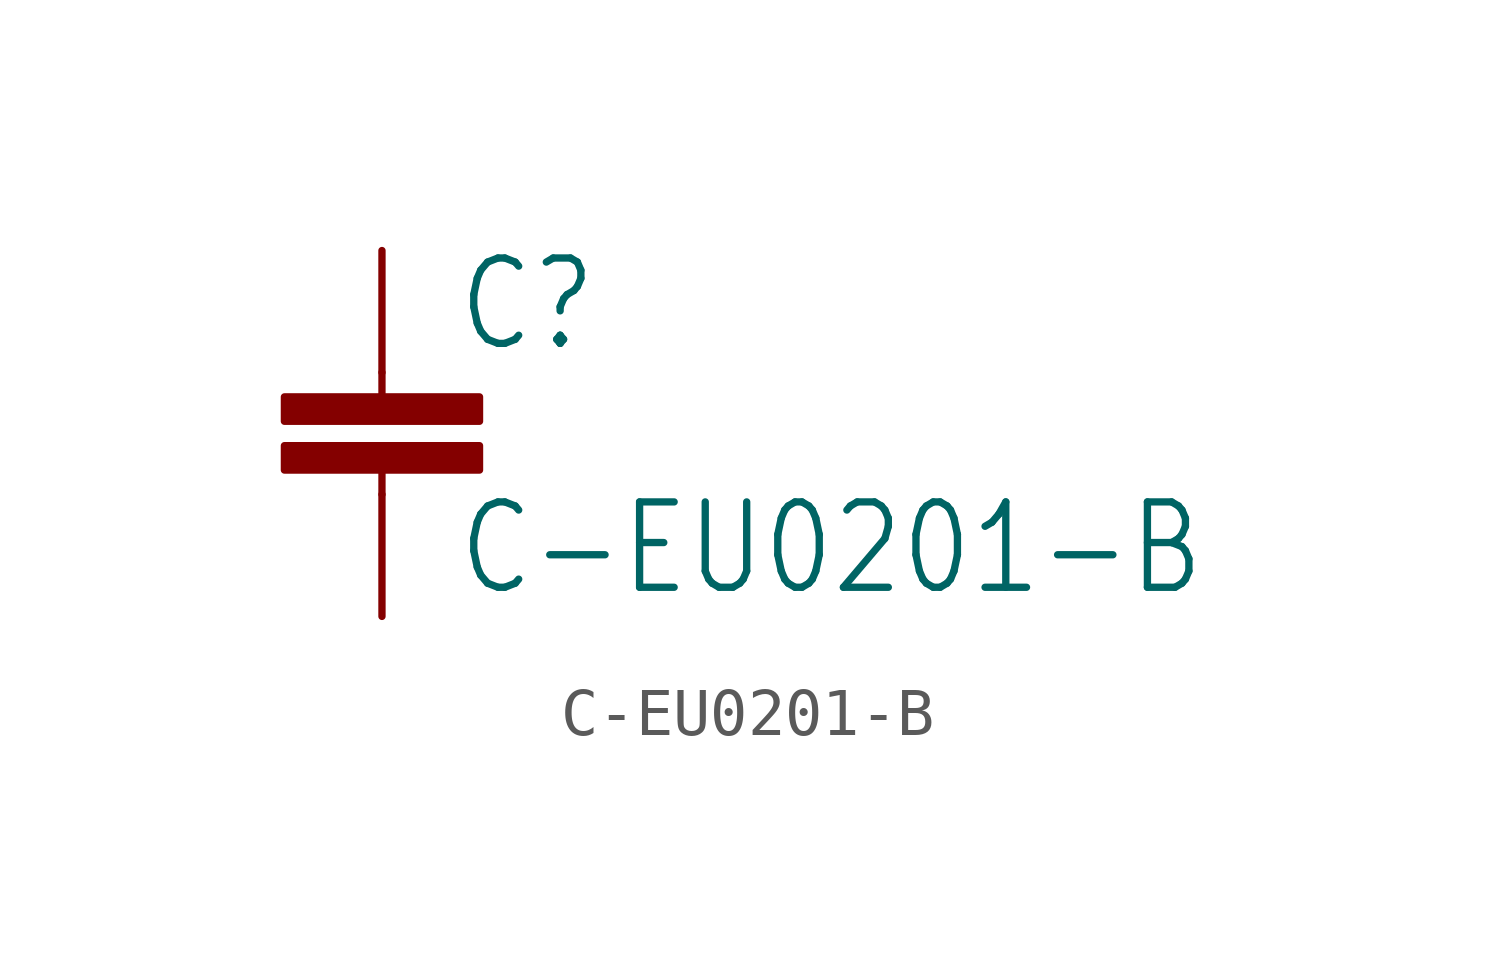
<source format=kicad_sym>
(kicad_symbol_lib
  (version 20211014)
  (generator kicad_symbol_editor)
  (symbol "C-EU0201-B"
    (property "Reference" "C"
      (at 1.524 0.381 0)
      (effects (font (size 1.778 1.511)) (justify left bottom)))
    (property "Value" "C-EU0201-B"
      (at 1.524 -4.699 0)
      (effects (font (size 1.778 1.511)) (justify left bottom)))
    (property "ki_locked" ""
      (at 0 0 0)
      (effects (font (size 1.27 1.27))))
    (symbol "C-EU0201-B_1_0"
      (rectangle (start -2.032 -2.032) (end 2.032 -1.524) (stroke (width 0) (type default) (color 0 0 0 0)) (fill (type outline)))
      (rectangle (start -2.032 -1.016) (end 2.032 -0.508) (stroke (width 0) (type default) (color 0 0 0 0)) (fill (type outline)))
      (polyline (pts (xy 0 -2.54) (xy 0 -2.032)) (stroke (width 0.152) (type default) (color 0 0 0 0)) (fill (type none)))
      (polyline (pts (xy 0 0) (xy 0 -0.508)) (stroke (width 0.152) (type default) (color 0 0 0 0)) (fill (type none)))
      (pin passive line (at 0 2.54 270) (length 2.54) (name "1" (effects (font (size 0 0)))) (number "1" (effects (font (size 0 0)))))
      (pin passive line (at 0 -5.08 90) (length 2.54) (name "2" (effects (font (size 0 0)))) (number "2" (effects (font (size 0 0))))))))
</source>
